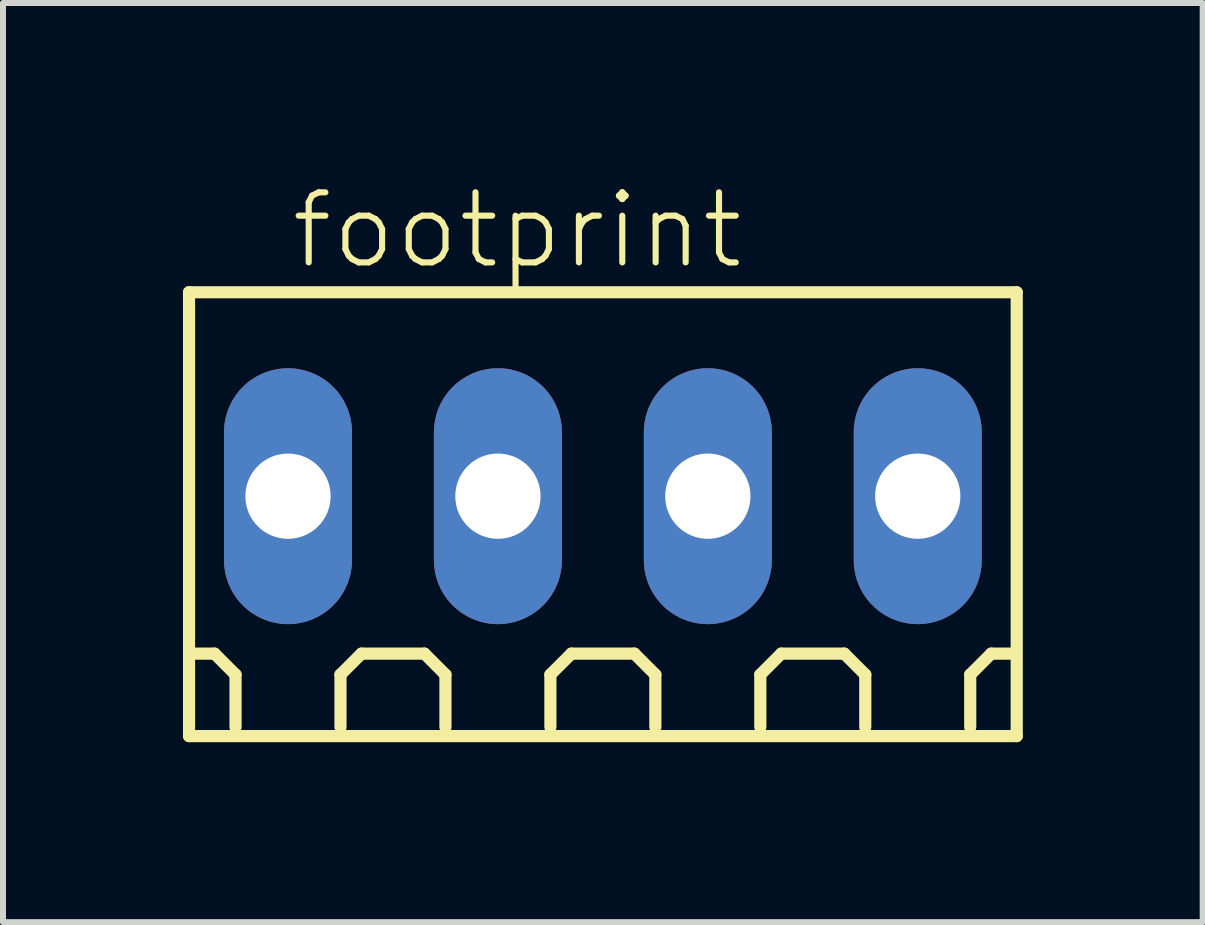
<source format=kicad_pcb>
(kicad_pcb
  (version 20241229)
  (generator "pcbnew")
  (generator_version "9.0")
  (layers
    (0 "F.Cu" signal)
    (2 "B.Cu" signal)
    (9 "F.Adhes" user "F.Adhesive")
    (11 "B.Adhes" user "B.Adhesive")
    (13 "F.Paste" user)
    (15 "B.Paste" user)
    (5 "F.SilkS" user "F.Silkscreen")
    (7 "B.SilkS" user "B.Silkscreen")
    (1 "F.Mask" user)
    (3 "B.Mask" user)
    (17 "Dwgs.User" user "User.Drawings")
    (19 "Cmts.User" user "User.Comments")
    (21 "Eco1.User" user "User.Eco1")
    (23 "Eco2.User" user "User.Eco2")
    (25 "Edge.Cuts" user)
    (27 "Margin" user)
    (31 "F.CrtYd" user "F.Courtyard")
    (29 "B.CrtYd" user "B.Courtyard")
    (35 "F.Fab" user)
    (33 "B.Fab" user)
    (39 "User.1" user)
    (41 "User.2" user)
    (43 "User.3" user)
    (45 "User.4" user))
  (footprint "footprint"
    (layer "F.Cu")
    (at 7.002 5.223)
    (property "Reference" "footprint" (at -5.25 -3.75 0) (layer "F.SilkS") (effects (font (size 1.168 1.168) (thickness 0.102)) (justify left bottom)))
    (fp_line (start -6.9 -3.4) (end 6.9 -3.4) (stroke (width 0.203) (type solid)) (layer "F.SilkS"))
    (fp_line (start -6.9 4) (end -6.9 -3.4) (stroke (width 0.203) (type solid)) (layer "F.SilkS"))
    (fp_line (start -6.475 2.625) (end -6.825 2.625) (stroke (width 0.203) (type solid)) (layer "F.SilkS"))
    (fp_line (start -6.125 2.975) (end -6.475 2.625) (stroke (width 0.203) (type solid)) (layer "F.SilkS"))
    (fp_line (start -6.125 3.85) (end -6.125 2.975) (stroke (width 0.203) (type solid)) (layer "F.SilkS"))
    (fp_line (start -4.375 2.975) (end -4.025 2.625) (stroke (width 0.203) (type solid)) (layer "F.SilkS"))
    (fp_line (start -4.375 3.85) (end -4.375 2.975) (stroke (width 0.203) (type solid)) (layer "F.SilkS"))
    (fp_line (start -4.025 2.625) (end -2.975 2.625) (stroke (width 0.203) (type solid)) (layer "F.SilkS"))
    (fp_line (start -2.975 2.625) (end -2.625 2.975) (stroke (width 0.203) (type solid)) (layer "F.SilkS"))
    (fp_line (start -2.625 2.975) (end -2.625 3.85) (stroke (width 0.203) (type solid)) (layer "F.SilkS"))
    (fp_line (start -0.875 2.975) (end -0.525 2.625) (stroke (width 0.203) (type solid)) (layer "F.SilkS"))
    (fp_line (start -0.875 3.85) (end -0.875 2.975) (stroke (width 0.203) (type solid)) (layer "F.SilkS"))
    (fp_line (start -0.525 2.625) (end 0.525 2.625) (stroke (width 0.203) (type solid)) (layer "F.SilkS"))
    (fp_line (start 0.525 2.625) (end 0.875 2.975) (stroke (width 0.203) (type solid)) (layer "F.SilkS"))
    (fp_line (start 0.875 2.975) (end 0.875 3.85) (stroke (width 0.203) (type solid)) (layer "F.SilkS"))
    (fp_line (start 2.625 2.975) (end 2.975 2.625) (stroke (width 0.203) (type solid)) (layer "F.SilkS"))
    (fp_line (start 2.625 3.85) (end 2.625 2.975) (stroke (width 0.203) (type solid)) (layer "F.SilkS"))
    (fp_line (start 2.975 2.625) (end 4.025 2.625) (stroke (width 0.203) (type solid)) (layer "F.SilkS"))
    (fp_line (start 4.025 2.625) (end 4.375 2.975) (stroke (width 0.203) (type solid)) (layer "F.SilkS"))
    (fp_line (start 4.375 2.975) (end 4.375 3.85) (stroke (width 0.203) (type solid)) (layer "F.SilkS"))
    (fp_line (start 6.125 2.975) (end 6.475 2.625) (stroke (width 0.203) (type solid)) (layer "F.SilkS"))
    (fp_line (start 6.125 3.85) (end 6.125 2.975) (stroke (width 0.203) (type solid)) (layer "F.SilkS"))
    (fp_line (start 6.475 2.625) (end 6.825 2.625) (stroke (width 0.203) (type solid)) (layer "F.SilkS"))
    (fp_line (start 6.9 -3.4) (end 6.9 4) (stroke (width 0.203) (type solid)) (layer "F.SilkS"))
    (fp_line (start 6.9 4) (end -6.9 4) (stroke (width 0.203) (type solid)) (layer "F.SilkS"))
    (pad "1" thru_hole oval (at -5.25 0 90) (size 4.267 2.134) (drill 1.422) (layers "*.Cu" "*.Mask"))
    (pad "2" thru_hole oval (at -1.75 0 90) (size 4.267 2.134) (drill 1.422) (layers "*.Cu" "*.Mask"))
    (pad "3" thru_hole oval (at 1.75 0 90) (size 4.267 2.134) (drill 1.422) (layers "*.Cu" "*.Mask"))
    (pad "4" thru_hole oval (at 5.25 0 90) (size 4.267 2.134) (drill 1.422) (layers "*.Cu" "*.Mask")))
  (gr_rect
    (start -3 -3)
    (end 17.003 12.325)
    (stroke (width 0.1) (type default))
    (fill no)
    (layer "Edge.Cuts")))
</source>
